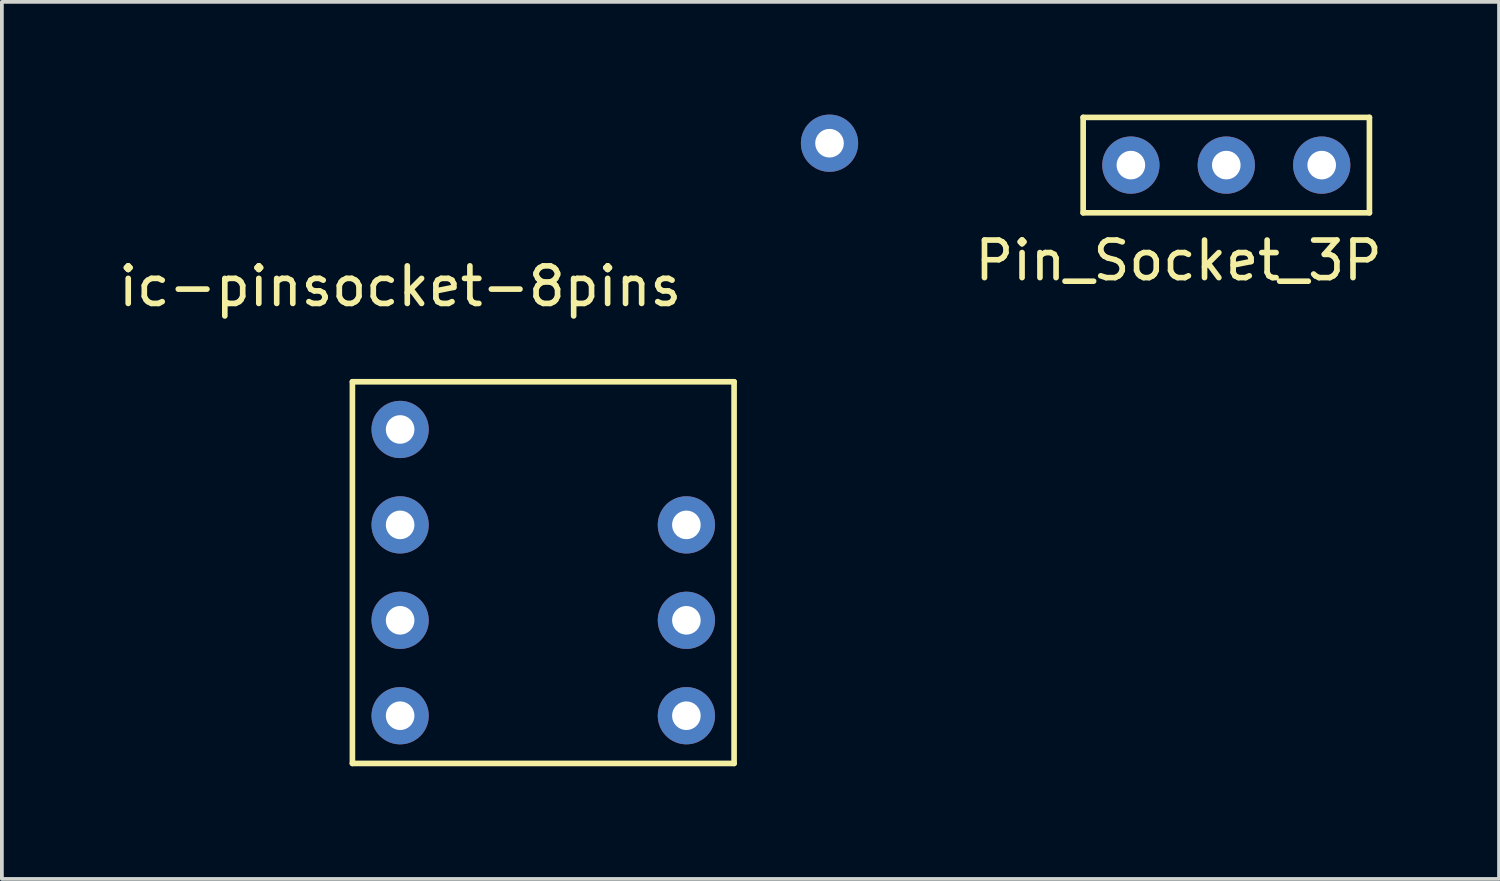
<source format=kicad_pcb>
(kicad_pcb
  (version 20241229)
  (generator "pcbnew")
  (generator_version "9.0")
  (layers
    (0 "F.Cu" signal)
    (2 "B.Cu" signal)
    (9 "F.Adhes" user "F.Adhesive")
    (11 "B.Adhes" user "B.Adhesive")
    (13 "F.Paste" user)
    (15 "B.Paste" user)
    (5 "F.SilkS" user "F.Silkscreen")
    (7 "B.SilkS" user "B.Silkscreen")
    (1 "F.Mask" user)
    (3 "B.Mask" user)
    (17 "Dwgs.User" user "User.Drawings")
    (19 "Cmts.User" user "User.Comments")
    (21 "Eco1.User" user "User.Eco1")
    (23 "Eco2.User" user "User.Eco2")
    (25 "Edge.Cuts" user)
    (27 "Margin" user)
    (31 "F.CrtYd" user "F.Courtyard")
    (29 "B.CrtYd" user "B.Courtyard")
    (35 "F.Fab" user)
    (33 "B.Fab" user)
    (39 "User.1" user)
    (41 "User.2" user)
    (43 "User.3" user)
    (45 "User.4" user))
  (footprint "Pin_Socket_3P"
    (layer "F.Cu")
    (at 29.593 1.345)
    (property "Reference" "Pin_Socket_3P" (at -1.27 2.54 0) (layer "F.SilkS") (effects (font (size 1 1) (thickness 0.15))))
    (attr through_hole)
    (fp_line (start -3.81 -1.27) (end -3.81 1.27) (stroke (width 0.15) (type solid)) (layer "F.SilkS"))
    (fp_line (start -3.81 -1.27) (end 3.81 -1.27) (stroke (width 0.15) (type solid)) (layer "F.SilkS"))
    (fp_line (start 3.81 -1.27) (end 3.81 1.27) (stroke (width 0.15) (type solid)) (layer "F.SilkS"))
    (fp_line (start 3.81 1.27) (end -3.81 1.27) (stroke (width 0.15) (type solid)) (layer "F.SilkS"))
    (pad "1" thru_hole circle (at -2.54 0) (size 1.524 1.524) (drill 0.762) (layers "*.Cu" "*.Mask"))
    (pad "2" thru_hole circle (at 0 0) (size 1.524 1.524) (drill 0.762) (layers "*.Cu" "*.Mask"))
    (pad "3" thru_hole circle (at 2.54 0) (size 1.524 1.524) (drill 0.762) (layers "*.Cu" "*.Mask")))
  (footprint "ic-pinsocket-8pins"
    (layer "F.Cu")
    (at 11.411 12.192)
    (property "Reference" "ic-pinsocket-8pins" (at -3.81 -7.62 0) (layer "F.SilkS") (effects (font (size 1 1) (thickness 0.15))))
    (attr through_hole)
    (fp_line (start -5.08 -5.08) (end -5.08 5.08) (stroke (width 0.15) (type solid)) (layer "F.SilkS"))
    (fp_line (start -5.08 -5.08) (end 5.08 -5.08) (stroke (width 0.15) (type solid)) (layer "F.SilkS"))
    (fp_line (start 5.08 -5.08) (end 5.08 5.08) (stroke (width 0.15) (type solid)) (layer "F.SilkS"))
    (fp_line (start 5.08 5.08) (end -5.08 5.08) (stroke (width 0.15) (type solid)) (layer "F.SilkS"))
    (pad "1" thru_hole circle (at -3.81 -3.81) (size 1.524 1.524) (drill 0.762) (layers "*.Cu" "*.Mask"))
    (pad "2" thru_hole circle (at -3.81 -1.27) (size 1.524 1.524) (drill 0.762) (layers "*.Cu" "*.Mask"))
    (pad "3" thru_hole circle (at -3.81 1.27) (size 1.524 1.524) (drill 0.762) (layers "*.Cu" "*.Mask"))
    (pad "4" thru_hole circle (at -3.81 3.81) (size 1.524 1.524) (drill 0.762) (layers "*.Cu" "*.Mask"))
    (pad "5" thru_hole circle (at 3.81 3.81) (size 1.524 1.524) (drill 0.762) (layers "*.Cu" "*.Mask"))
    (pad "6" thru_hole circle (at 3.81 1.27) (size 1.524 1.524) (drill 0.762) (layers "*.Cu" "*.Mask"))
    (pad "7" thru_hole circle (at 3.81 -1.27) (size 1.524 1.524) (drill 0.762) (layers "*.Cu" "*.Mask"))
    (pad "8" thru_hole circle (at 7.62 -11.43) (size 1.524 1.524) (drill 0.762) (layers "*.Cu" "*.Mask")))
  (gr_rect
    (start -3 -3)
    (end 36.853 20.347)
    (stroke (width 0.1) (type default))
    (fill no)
    (layer "Edge.Cuts")))
</source>
